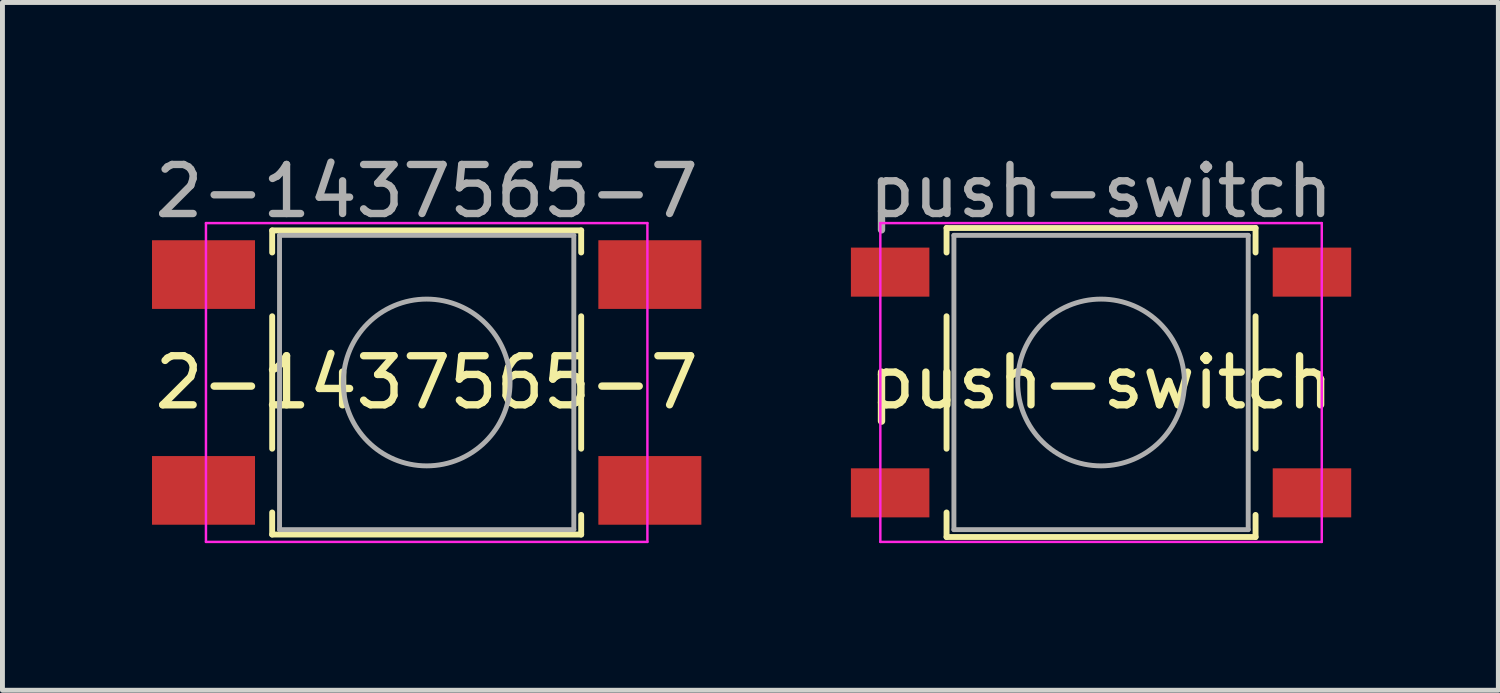
<source format=kicad_pcb>
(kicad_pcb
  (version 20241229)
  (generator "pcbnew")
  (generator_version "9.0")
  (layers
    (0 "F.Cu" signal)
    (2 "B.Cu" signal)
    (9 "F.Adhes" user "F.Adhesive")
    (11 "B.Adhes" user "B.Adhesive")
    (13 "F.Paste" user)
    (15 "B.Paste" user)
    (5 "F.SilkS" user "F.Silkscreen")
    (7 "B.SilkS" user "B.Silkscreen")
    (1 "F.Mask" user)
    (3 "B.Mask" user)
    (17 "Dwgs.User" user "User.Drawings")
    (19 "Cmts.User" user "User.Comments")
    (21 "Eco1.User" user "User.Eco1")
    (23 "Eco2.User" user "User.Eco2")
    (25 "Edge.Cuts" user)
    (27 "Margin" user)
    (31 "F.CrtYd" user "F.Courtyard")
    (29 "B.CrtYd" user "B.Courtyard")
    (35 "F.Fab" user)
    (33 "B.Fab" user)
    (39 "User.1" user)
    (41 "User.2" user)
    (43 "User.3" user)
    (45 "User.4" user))
  (footprint "push-switch"
    (layer "F.Cu")
    (at 19.398 4.748)
    (property "Reference" "push-switch" (at 0 0 0) (layer "F.SilkS") (effects (font (size 1 1) (thickness 0.15))))
    (attr smd)
    (fp_line (start -3.15 -3.15) (end 3.15 -3.15) (stroke (width 0.12) (type solid)) (layer "F.SilkS"))
    (fp_line (start -3.15 -2.65) (end -3.15 -3.15) (stroke (width 0.12) (type solid)) (layer "F.SilkS"))
    (fp_line (start -3.15 1.35) (end -3.15 -1.35) (stroke (width 0.12) (type solid)) (layer "F.SilkS"))
    (fp_line (start -3.15 2.65) (end -3.15 3.15) (stroke (width 0.12) (type solid)) (layer "F.SilkS"))
    (fp_line (start -3.15 3.15) (end 3.15 3.15) (stroke (width 0.12) (type solid)) (layer "F.SilkS"))
    (fp_line (start 3.15 -3.15) (end 3.15 -2.65) (stroke (width 0.12) (type solid)) (layer "F.SilkS"))
    (fp_line (start 3.15 -1.35) (end 3.15 1.35) (stroke (width 0.12) (type solid)) (layer "F.SilkS"))
    (fp_line (start 3.15 3.15) (end 3.15 2.7) (stroke (width 0.12) (type solid)) (layer "F.SilkS"))
    (fp_line (start -4.5 -3.25) (end 4.5 -3.25) (stroke (width 0.05) (type solid)) (layer "F.CrtYd"))
    (fp_line (start -4.5 3.25) (end -4.5 -3.25) (stroke (width 0.05) (type solid)) (layer "F.CrtYd"))
    (fp_line (start 4.5 -3.25) (end 4.5 3.25) (stroke (width 0.05) (type solid)) (layer "F.CrtYd"))
    (fp_line (start 4.5 3.25) (end -4.5 3.25) (stroke (width 0.05) (type solid)) (layer "F.CrtYd"))
    (fp_line (start -3 -3) (end 3 -3) (stroke (width 0.1) (type solid)) (layer "F.Fab"))
    (fp_line (start -3 3) (end -3 -3) (stroke (width 0.1) (type solid)) (layer "F.Fab"))
    (fp_line (start 3 -3) (end 3 3) (stroke (width 0.1) (type solid)) (layer "F.Fab"))
    (fp_line (start 3 3) (end -3 3) (stroke (width 0.1) (type solid)) (layer "F.Fab"))
    (fp_circle (center 0 0) (end 1.7 0) (stroke (width 0.1) (type solid)) (fill no) (layer "F.Fab"))
    (fp_text user "${REFERENCE}" (at 0 -3.9 0) (layer "F.Fab") (effects (font (size 1 1) (thickness 0.15))))
    (pad "1" smd rect (at -4.3 -2.25) (size 1.6 1) (layers "F.Cu" "F.Mask" "F.Paste"))
    (pad "1" smd rect (at 4.3 -2.25) (size 1.6 1) (layers "F.Cu" "F.Mask" "F.Paste"))
    (pad "2" smd rect (at -4.3 2.25) (size 1.6 1) (layers "F.Cu" "F.Mask" "F.Paste"))
    (pad "2" smd rect (at 4.3 2.25) (size 1.6 1) (layers "F.Cu" "F.Mask" "F.Paste")))
  (footprint "2-1437565-7"
    (layer "F.Cu")
    (at 5.649 4.748)
    (property "Reference" "2-1437565-7" (at 0 0 0) (layer "F.SilkS") (effects (font (size 1 1) (thickness 0.15))))
    (attr smd)
    (fp_line (start -3.15 -3.1) (end 3.15 -3.1) (stroke (width 0.12) (type solid)) (layer "F.SilkS"))
    (fp_line (start -3.15 -2.65) (end -3.15 -3.1) (stroke (width 0.12) (type solid)) (layer "F.SilkS"))
    (fp_line (start -3.15 1.35) (end -3.15 -1.35) (stroke (width 0.12) (type solid)) (layer "F.SilkS"))
    (fp_line (start -3.15 2.65) (end -3.15 3.1) (stroke (width 0.12) (type solid)) (layer "F.SilkS"))
    (fp_line (start -3.15 3.1) (end 3.15 3.1) (stroke (width 0.12) (type solid)) (layer "F.SilkS"))
    (fp_line (start 3.15 -3.1) (end 3.15 -2.65) (stroke (width 0.12) (type solid)) (layer "F.SilkS"))
    (fp_line (start 3.15 -1.35) (end 3.15 1.35) (stroke (width 0.12) (type solid)) (layer "F.SilkS"))
    (fp_line (start 3.15 3.1) (end 3.15 2.7) (stroke (width 0.12) (type solid)) (layer "F.SilkS"))
    (fp_line (start -4.5 -3.25) (end 4.5 -3.25) (stroke (width 0.05) (type solid)) (layer "F.CrtYd"))
    (fp_line (start -4.5 3.25) (end -4.5 -3.25) (stroke (width 0.05) (type solid)) (layer "F.CrtYd"))
    (fp_line (start 4.5 -3.25) (end 4.5 3.25) (stroke (width 0.05) (type solid)) (layer "F.CrtYd"))
    (fp_line (start 4.5 3.25) (end -4.5 3.25) (stroke (width 0.05) (type solid)) (layer "F.CrtYd"))
    (fp_line (start -3 -3) (end 3 -3) (stroke (width 0.1) (type solid)) (layer "F.Fab"))
    (fp_line (start -3 3) (end -3 -3) (stroke (width 0.1) (type solid)) (layer "F.Fab"))
    (fp_line (start 3 -3) (end 3 3) (stroke (width 0.1) (type solid)) (layer "F.Fab"))
    (fp_line (start 3 3) (end -3 3) (stroke (width 0.1) (type solid)) (layer "F.Fab"))
    (fp_circle (center 0 0) (end 1.7 0) (stroke (width 0.1) (type solid)) (fill no) (layer "F.Fab"))
    (fp_text user "${REFERENCE}" (at 0 -3.9 0) (layer "F.Fab") (effects (font (size 1 1) (thickness 0.15))))
    (pad "1" smd rect (at -4.55 -2.2) (size 2.1 1.4) (layers "F.Cu" "F.Mask" "F.Paste"))
    (pad "1" smd rect (at 4.55 -2.2) (size 2.1 1.4) (layers "F.Cu" "F.Mask" "F.Paste"))
    (pad "2" smd rect (at -4.55 2.2) (size 2.1 1.4) (layers "F.Cu" "F.Mask" "F.Paste"))
    (pad "2" smd rect (at 4.55 2.2) (size 2.1 1.4) (layers "F.Cu" "F.Mask" "F.Paste")))
  (gr_rect
    (start -3 -3)
    (end 27.498 11.023)
    (stroke (width 0.1) (type default))
    (fill no)
    (layer "Edge.Cuts")))
</source>
